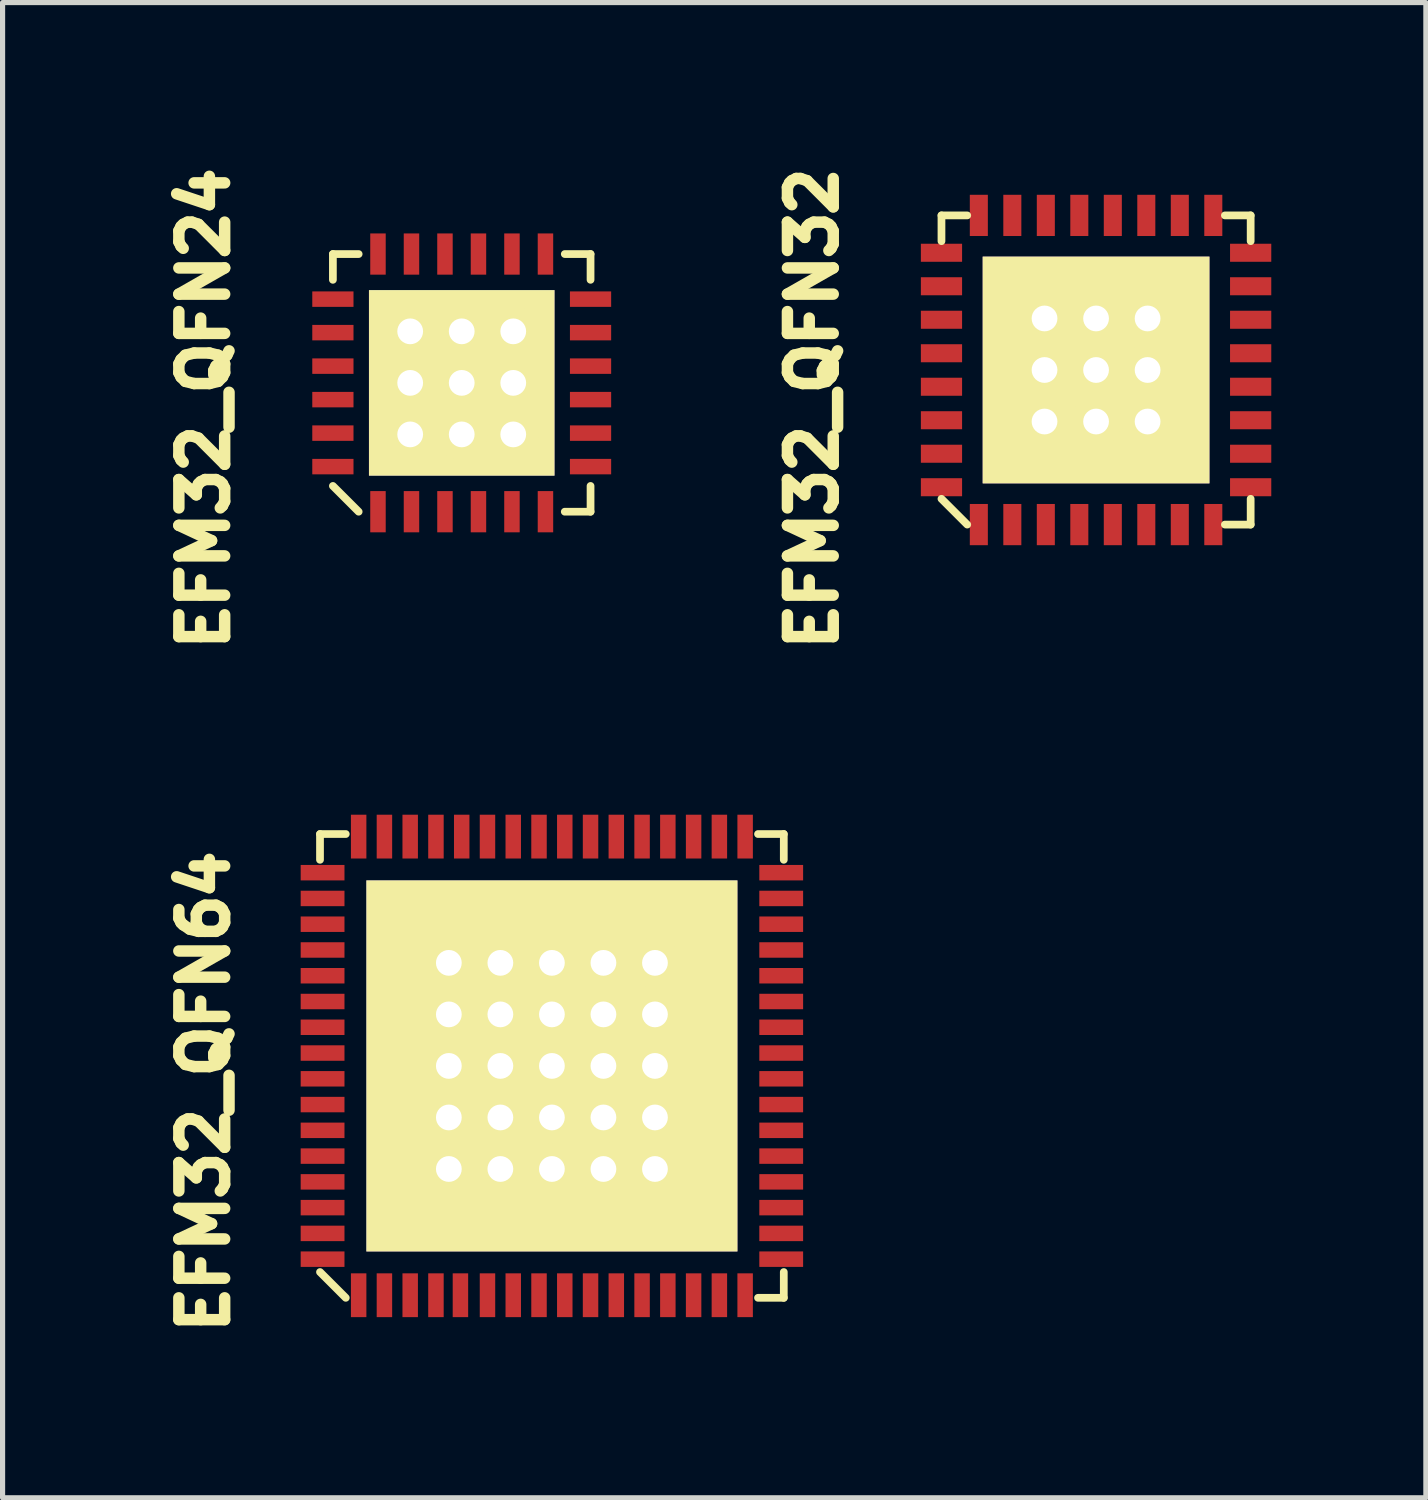
<source format=kicad_pcb>
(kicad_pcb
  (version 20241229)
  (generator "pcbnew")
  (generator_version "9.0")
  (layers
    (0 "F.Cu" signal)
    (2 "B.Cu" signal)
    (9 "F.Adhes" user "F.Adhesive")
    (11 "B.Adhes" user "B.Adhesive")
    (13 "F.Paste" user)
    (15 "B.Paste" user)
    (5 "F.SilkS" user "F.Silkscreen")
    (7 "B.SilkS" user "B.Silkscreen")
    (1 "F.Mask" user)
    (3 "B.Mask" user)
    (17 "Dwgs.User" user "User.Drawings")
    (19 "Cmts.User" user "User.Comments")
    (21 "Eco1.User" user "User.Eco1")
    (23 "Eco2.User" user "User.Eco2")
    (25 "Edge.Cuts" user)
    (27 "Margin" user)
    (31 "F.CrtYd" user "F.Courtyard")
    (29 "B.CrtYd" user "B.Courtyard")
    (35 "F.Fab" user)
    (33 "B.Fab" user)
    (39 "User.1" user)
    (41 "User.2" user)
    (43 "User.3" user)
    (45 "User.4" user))
  (footprint "EFM32_QFN64"
    (layer "F.Cu")
    (at 7.66 17.635)
    (property "Reference" "EFM32_QFN64" (at -6.75 0.5 270) (layer "F.SilkS") (effects (font (size 0.889 0.889) (thickness 0.305))))
    (attr through_hole)
    (fp_line (start -4.5 -4.5) (end -4.5 -4) (stroke (width 0.15) (type solid)) (layer "F.SilkS"))
    (fp_line (start -4.5 4) (end -4 4.5) (stroke (width 0.15) (type solid)) (layer "F.SilkS"))
    (fp_line (start -4 -4.5) (end -4.5 -4.5) (stroke (width 0.15) (type solid)) (layer "F.SilkS"))
    (fp_line (start 4 -4.5) (end 4.5 -4.5) (stroke (width 0.15) (type solid)) (layer "F.SilkS"))
    (fp_line (start 4 4.5) (end 4.5 4.5) (stroke (width 0.15) (type solid)) (layer "F.SilkS"))
    (fp_line (start 4.5 -4.5) (end 4.5 -4) (stroke (width 0.15) (type solid)) (layer "F.SilkS"))
    (fp_line (start 4.5 4.5) (end 4.5 4) (stroke (width 0.15) (type solid)) (layer "F.SilkS"))
    (pad "" thru_hole circle (at -2 -2) (size 1 1) (drill 0.5) (layers "*.Cu" "*.Mask" "F.SilkS"))
    (pad "" thru_hole circle (at -2 -1) (size 1 1) (drill 0.5) (layers "*.Cu" "*.Mask" "F.SilkS"))
    (pad "" thru_hole circle (at -2 0) (size 1 1) (drill 0.5) (layers "*.Cu" "*.Mask" "F.SilkS"))
    (pad "" thru_hole circle (at -2 1) (size 1 1) (drill 0.5) (layers "*.Cu" "*.Mask" "F.SilkS"))
    (pad "" thru_hole circle (at -2 2) (size 1 1) (drill 0.5) (layers "*.Cu" "*.Mask" "F.SilkS"))
    (pad "" thru_hole circle (at -1 -2) (size 1 1) (drill 0.5) (layers "*.Cu" "*.Mask" "F.SilkS"))
    (pad "" thru_hole circle (at -1 -1) (size 1 1) (drill 0.5) (layers "*.Cu" "*.Mask" "F.SilkS"))
    (pad "" thru_hole circle (at -1 0) (size 1 1) (drill 0.5) (layers "*.Cu" "*.Mask" "F.SilkS"))
    (pad "" thru_hole circle (at -1 1) (size 1 1) (drill 0.5) (layers "*.Cu" "*.Mask" "F.SilkS"))
    (pad "" thru_hole circle (at -1 2) (size 1 1) (drill 0.5) (layers "*.Cu" "*.Mask" "F.SilkS"))
    (pad "" thru_hole circle (at 0 -2) (size 1 1) (drill 0.5) (layers "*.Cu" "*.Mask" "F.SilkS"))
    (pad "" thru_hole circle (at 0 -1) (size 1 1) (drill 0.5) (layers "*.Cu" "*.Mask" "F.SilkS"))
    (pad "" thru_hole rect (at 0 0) (size 7.2 7.2) (drill 0.5) (layers "*.Cu" "*.Mask" "F.SilkS"))
    (pad "" thru_hole circle (at 0 1) (size 1 1) (drill 0.5) (layers "*.Cu" "*.Mask" "F.SilkS"))
    (pad "" thru_hole circle (at 0 2) (size 1 1) (drill 0.5) (layers "*.Cu" "*.Mask" "F.SilkS"))
    (pad "" thru_hole circle (at 1 -2) (size 1 1) (drill 0.5) (layers "*.Cu" "*.Mask" "F.SilkS"))
    (pad "" thru_hole circle (at 1 -1) (size 1 1) (drill 0.5) (layers "*.Cu" "*.Mask" "F.SilkS"))
    (pad "" thru_hole circle (at 1 0) (size 1 1) (drill 0.5) (layers "*.Cu" "*.Mask" "F.SilkS"))
    (pad "" thru_hole circle (at 1 1) (size 1 1) (drill 0.5) (layers "*.Cu" "*.Mask" "F.SilkS"))
    (pad "" thru_hole circle (at 1 2) (size 1 1) (drill 0.5) (layers "*.Cu" "*.Mask" "F.SilkS"))
    (pad "" thru_hole circle (at 2 -2) (size 1 1) (drill 0.5) (layers "*.Cu" "*.Mask" "F.SilkS"))
    (pad "" thru_hole circle (at 2 -1) (size 1 1) (drill 0.5) (layers "*.Cu" "*.Mask" "F.SilkS"))
    (pad "" thru_hole circle (at 2 0) (size 1 1) (drill 0.5) (layers "*.Cu" "*.Mask" "F.SilkS"))
    (pad "" thru_hole circle (at 2 1) (size 1 1) (drill 0.5) (layers "*.Cu" "*.Mask" "F.SilkS"))
    (pad "" thru_hole circle (at 2 2) (size 1 1) (drill 0.5) (layers "*.Cu" "*.Mask" "F.SilkS"))
    (pad "1" smd rect (at -3.75 4.45 180) (size 0.3 0.85) (layers "F.Cu" "F.Mask" "F.Paste"))
    (pad "2" smd rect (at -3.25 4.45 180) (size 0.3 0.85) (layers "F.Cu" "F.Mask" "F.Paste"))
    (pad "3" smd rect (at -2.75 4.45 180) (size 0.3 0.85) (layers "F.Cu" "F.Mask" "F.Paste"))
    (pad "4" smd rect (at -2.25 4.45 180) (size 0.3 0.85) (layers "F.Cu" "F.Mask" "F.Paste"))
    (pad "5" smd rect (at -1.775 4.45 180) (size 0.3 0.85) (layers "F.Cu" "F.Mask" "F.Paste"))
    (pad "6" smd rect (at -1.25 4.45) (size 0.3 0.85) (layers "F.Cu" "F.Mask" "F.Paste"))
    (pad "7" smd rect (at -0.75 4.45) (size 0.3 0.85) (layers "F.Cu" "F.Mask" "F.Paste"))
    (pad "8" smd rect (at -0.25 4.45) (size 0.3 0.85) (layers "F.Cu" "F.Mask" "F.Paste"))
    (pad "9" smd rect (at 0.25 4.45) (size 0.3 0.85) (layers "F.Cu" "F.Mask" "F.Paste"))
    (pad "10" smd rect (at 0.75 4.45) (size 0.3 0.85) (layers "F.Cu" "F.Mask" "F.Paste"))
    (pad "11" smd rect (at 1.25 4.45) (size 0.3 0.85) (layers "F.Cu" "F.Mask" "F.Paste"))
    (pad "12" smd rect (at 1.75 4.45 180) (size 0.3 0.85) (layers "F.Cu" "F.Mask" "F.Paste"))
    (pad "13" smd rect (at 2.25 4.45 180) (size 0.3 0.85) (layers "F.Cu" "F.Mask" "F.Paste"))
    (pad "14" smd rect (at 2.75 4.45 180) (size 0.3 0.85) (layers "F.Cu" "F.Mask" "F.Paste"))
    (pad "15" smd rect (at 3.25 4.45 180) (size 0.3 0.85) (layers "F.Cu" "F.Mask" "F.Paste"))
    (pad "16" smd rect (at 3.75 4.45 180) (size 0.3 0.85) (layers "F.Cu" "F.Mask" "F.Paste"))
    (pad "17" smd rect (at 4.45 3.75 270) (size 0.3 0.85) (layers "F.Cu" "F.Mask" "F.Paste"))
    (pad "18" smd rect (at 4.45 3.25 270) (size 0.3 0.85) (layers "F.Cu" "F.Mask" "F.Paste"))
    (pad "19" smd rect (at 4.45 2.75 270) (size 0.3 0.85) (layers "F.Cu" "F.Mask" "F.Paste"))
    (pad "20" smd rect (at 4.45 2.25 270) (size 0.3 0.85) (layers "F.Cu" "F.Mask" "F.Paste"))
    (pad "21" smd rect (at 4.45 1.75 270) (size 0.3 0.85) (layers "F.Cu" "F.Mask" "F.Paste"))
    (pad "22" smd rect (at 4.45 1.25 270) (size 0.3 0.85) (layers "F.Cu" "F.Mask" "F.Paste"))
    (pad "23" smd rect (at 4.45 0.75 270) (size 0.3 0.85) (layers "F.Cu" "F.Mask" "F.Paste"))
    (pad "24" smd rect (at 4.45 0.25 270) (size 0.3 0.85) (layers "F.Cu" "F.Mask" "F.Paste"))
    (pad "25" smd rect (at 4.45 -0.25 270) (size 0.3 0.85) (layers "F.Cu" "F.Mask" "F.Paste"))
    (pad "26" smd rect (at 4.45 -0.75 270) (size 0.3 0.85) (layers "F.Cu" "F.Mask" "F.Paste"))
    (pad "27" smd rect (at 4.45 -1.25 270) (size 0.3 0.85) (layers "F.Cu" "F.Mask" "F.Paste"))
    (pad "28" smd rect (at 4.45 -1.75 270) (size 0.3 0.85) (layers "F.Cu" "F.Mask" "F.Paste"))
    (pad "29" smd rect (at 4.45 -2.25 270) (size 0.3 0.85) (layers "F.Cu" "F.Mask" "F.Paste"))
    (pad "30" smd rect (at 4.45 -2.75 270) (size 0.3 0.85) (layers "F.Cu" "F.Mask" "F.Paste"))
    (pad "31" smd rect (at 4.45 -3.25 270) (size 0.3 0.85) (layers "F.Cu" "F.Mask" "F.Paste"))
    (pad "32" smd rect (at 4.45 -3.75 270) (size 0.3 0.85) (layers "F.Cu" "F.Mask" "F.Paste"))
    (pad "33" smd rect (at 3.75 -4.45 180) (size 0.3 0.85) (layers "F.Cu" "F.Mask" "F.Paste"))
    (pad "34" smd rect (at 3.25 -4.45 180) (size 0.3 0.85) (layers "F.Cu" "F.Mask" "F.Paste"))
    (pad "35" smd rect (at 2.75 -4.45 180) (size 0.3 0.85) (layers "F.Cu" "F.Mask" "F.Paste"))
    (pad "36" smd rect (at 2.25 -4.45 180) (size 0.3 0.85) (layers "F.Cu" "F.Mask" "F.Paste"))
    (pad "37" smd rect (at 1.75 -4.45 180) (size 0.3 0.85) (layers "F.Cu" "F.Mask" "F.Paste"))
    (pad "38" smd rect (at 1.25 -4.45 180) (size 0.3 0.85) (layers "F.Cu" "F.Mask" "F.Paste"))
    (pad "39" smd rect (at 0.75 -4.45 180) (size 0.3 0.85) (layers "F.Cu" "F.Mask" "F.Paste"))
    (pad "40" smd rect (at 0.25 -4.45 180) (size 0.3 0.85) (layers "F.Cu" "F.Mask" "F.Paste"))
    (pad "41" smd rect (at -0.25 -4.45 180) (size 0.3 0.85) (layers "F.Cu" "F.Mask" "F.Paste"))
    (pad "42" smd rect (at -0.75 -4.45 180) (size 0.3 0.85) (layers "F.Cu" "F.Mask" "F.Paste"))
    (pad "43" smd rect (at -1.25 -4.45 180) (size 0.3 0.85) (layers "F.Cu" "F.Mask" "F.Paste"))
    (pad "44" smd rect (at -1.75 -4.45 180) (size 0.3 0.85) (layers "F.Cu" "F.Mask" "F.Paste"))
    (pad "45" smd rect (at -2.25 -4.45 180) (size 0.3 0.85) (layers "F.Cu" "F.Mask" "F.Paste"))
    (pad "46" smd rect (at -2.75 -4.45 180) (size 0.3 0.85) (layers "F.Cu" "F.Mask" "F.Paste"))
    (pad "47" smd rect (at -3.25 -4.45 180) (size 0.3 0.85) (layers "F.Cu" "F.Mask" "F.Paste"))
    (pad "48" smd rect (at -3.75 -4.45 180) (size 0.3 0.85) (layers "F.Cu" "F.Mask" "F.Paste"))
    (pad "49" smd rect (at -4.45 -3.75 90) (size 0.3 0.85) (layers "F.Cu" "F.Mask" "F.Paste"))
    (pad "50" smd rect (at -4.45 -3.25 90) (size 0.3 0.85) (layers "F.Cu" "F.Mask" "F.Paste"))
    (pad "51" smd rect (at -4.45 -2.75 90) (size 0.3 0.85) (layers "F.Cu" "F.Mask" "F.Paste"))
    (pad "52" smd rect (at -4.45 -2.25 90) (size 0.3 0.85) (layers "F.Cu" "F.Mask" "F.Paste"))
    (pad "53" smd rect (at -4.45 -1.75 90) (size 0.3 0.85) (layers "F.Cu" "F.Mask" "F.Paste"))
    (pad "54" smd rect (at -4.45 -1.25 90) (size 0.3 0.85) (layers "F.Cu" "F.Mask" "F.Paste"))
    (pad "55" smd rect (at -4.45 -0.75 90) (size 0.3 0.85) (layers "F.Cu" "F.Mask" "F.Paste"))
    (pad "56" smd rect (at -4.45 -0.25 90) (size 0.3 0.85) (layers "F.Cu" "F.Mask" "F.Paste"))
    (pad "57" smd rect (at -4.45 0.25 90) (size 0.3 0.85) (layers "F.Cu" "F.Mask" "F.Paste"))
    (pad "58" smd rect (at -4.45 0.75 90) (size 0.3 0.85) (layers "F.Cu" "F.Mask" "F.Paste"))
    (pad "59" smd rect (at -4.45 1.25 90) (size 0.3 0.85) (layers "F.Cu" "F.Mask" "F.Paste"))
    (pad "60" smd rect (at -4.45 1.75 90) (size 0.3 0.85) (layers "F.Cu" "F.Mask" "F.Paste"))
    (pad "61" smd rect (at -4.45 2.25 90) (size 0.3 0.85) (layers "F.Cu" "F.Mask" "F.Paste"))
    (pad "62" smd rect (at -4.45 2.75 90) (size 0.3 0.85) (layers "F.Cu" "F.Mask" "F.Paste"))
    (pad "63" smd rect (at -4.45 3.25 90) (size 0.3 0.85) (layers "F.Cu" "F.Mask" "F.Paste"))
    (pad "64" smd rect (at -4.45 3.75 90) (size 0.3 0.85) (layers "F.Cu" "F.Mask" "F.Paste")))
  (footprint "EFM32_QFN32"
    (layer "F.Cu")
    (at 18.22 4.13)
    (property "Reference" "EFM32_QFN32" (at -5.5 0.75 270) (layer "F.SilkS") (effects (font (size 0.889 0.889) (thickness 0.305))))
    (attr through_hole)
    (fp_line (start -3 -3) (end -3 -2.5) (stroke (width 0.15) (type solid)) (layer "F.SilkS"))
    (fp_line (start -3 -3) (end -2.5 -3) (stroke (width 0.15) (type solid)) (layer "F.SilkS"))
    (fp_line (start -3 2.5) (end -2.5 3) (stroke (width 0.15) (type solid)) (layer "F.SilkS"))
    (fp_line (start 3 -3) (end 2.5 -3) (stroke (width 0.15) (type solid)) (layer "F.SilkS"))
    (fp_line (start 3 -3) (end 3 -2.5) (stroke (width 0.15) (type solid)) (layer "F.SilkS"))
    (fp_line (start 3 2.5) (end 3 3) (stroke (width 0.15) (type solid)) (layer "F.SilkS"))
    (fp_line (start 3 3) (end 2.5 3) (stroke (width 0.15) (type solid)) (layer "F.SilkS"))
    (pad "" thru_hole circle (at -1 -1) (size 1 1) (drill 0.5) (layers "*.Cu" "*.Mask" "F.SilkS"))
    (pad "" thru_hole circle (at -1 0) (size 1 1) (drill 0.5) (layers "*.Cu" "*.Mask" "F.SilkS"))
    (pad "" thru_hole circle (at -1 1) (size 1 1) (drill 0.5) (layers "*.Cu" "*.Mask" "F.SilkS"))
    (pad "" thru_hole circle (at 0 -1) (size 1 1) (drill 0.5) (layers "*.Cu" "*.Mask" "F.SilkS"))
    (pad "" thru_hole rect (at 0 0) (size 4.4 4.4) (drill 0.5) (layers "*.Cu" "*.Mask" "F.SilkS"))
    (pad "" thru_hole circle (at 0 1) (size 1 1) (drill 0.5) (layers "*.Cu" "*.Mask" "F.SilkS"))
    (pad "" thru_hole circle (at 1 -1) (size 1 1) (drill 0.5) (layers "*.Cu" "*.Mask" "F.SilkS"))
    (pad "" thru_hole circle (at 1 0) (size 1 1) (drill 0.5) (layers "*.Cu" "*.Mask" "F.SilkS"))
    (pad "" thru_hole circle (at 1 1) (size 1 1) (drill 0.5) (layers "*.Cu" "*.Mask" "F.SilkS"))
    (pad "1" smd rect (at -2.275 3 180) (size 0.35 0.8) (layers "F.Cu" "F.Mask" "F.Paste"))
    (pad "2" smd rect (at -1.625 3) (size 0.35 0.8) (layers "F.Cu" "F.Mask" "F.Paste"))
    (pad "3" smd rect (at -0.975 3) (size 0.35 0.8) (layers "F.Cu" "F.Mask" "F.Paste"))
    (pad "4" smd rect (at -0.325 3) (size 0.35 0.8) (layers "F.Cu" "F.Mask" "F.Paste"))
    (pad "5" smd rect (at 0.325 3) (size 0.35 0.8) (layers "F.Cu" "F.Mask" "F.Paste"))
    (pad "6" smd rect (at 0.975 3) (size 0.35 0.8) (layers "F.Cu" "F.Mask" "F.Paste"))
    (pad "7" smd rect (at 1.625 3) (size 0.35 0.8) (layers "F.Cu" "F.Mask" "F.Paste"))
    (pad "8" smd rect (at 2.275 3 180) (size 0.35 0.8) (layers "F.Cu" "F.Mask" "F.Paste"))
    (pad "9" smd rect (at 3 2.275 90) (size 0.35 0.8) (layers "F.Cu" "F.Mask" "F.Paste"))
    (pad "10" smd rect (at 3 1.625 270) (size 0.35 0.8) (layers "F.Cu" "F.Mask" "F.Paste"))
    (pad "11" smd rect (at 3 0.975 270) (size 0.35 0.8) (layers "F.Cu" "F.Mask" "F.Paste"))
    (pad "12" smd rect (at 3 0.325 270) (size 0.35 0.8) (layers "F.Cu" "F.Mask" "F.Paste"))
    (pad "13" smd rect (at 3 -0.325 270) (size 0.35 0.8) (layers "F.Cu" "F.Mask" "F.Paste"))
    (pad "14" smd rect (at 3 -0.975 270) (size 0.35 0.8) (layers "F.Cu" "F.Mask" "F.Paste"))
    (pad "15" smd rect (at 3 -1.625 270) (size 0.35 0.8) (layers "F.Cu" "F.Mask" "F.Paste"))
    (pad "16" smd rect (at 3 -2.275 90) (size 0.35 0.8) (layers "F.Cu" "F.Mask" "F.Paste"))
    (pad "17" smd rect (at 2.275 -3 180) (size 0.35 0.8) (layers "F.Cu" "F.Mask" "F.Paste"))
    (pad "18" smd rect (at 1.625 -3 180) (size 0.35 0.8) (layers "F.Cu" "F.Mask" "F.Paste"))
    (pad "19" smd rect (at 0.975 -3 180) (size 0.35 0.8) (layers "F.Cu" "F.Mask" "F.Paste"))
    (pad "20" smd rect (at 0.325 -3 180) (size 0.35 0.8) (layers "F.Cu" "F.Mask" "F.Paste"))
    (pad "21" smd rect (at -0.325 -3 180) (size 0.35 0.8) (layers "F.Cu" "F.Mask" "F.Paste"))
    (pad "22" smd rect (at -0.975 -3 180) (size 0.35 0.8) (layers "F.Cu" "F.Mask" "F.Paste"))
    (pad "23" smd rect (at -1.625 -3 180) (size 0.35 0.8) (layers "F.Cu" "F.Mask" "F.Paste"))
    (pad "24" smd rect (at -2.275 -3 180) (size 0.35 0.8) (layers "F.Cu" "F.Mask" "F.Paste"))
    (pad "25" smd rect (at -3 -2.275 90) (size 0.35 0.8) (layers "F.Cu" "F.Mask" "F.Paste"))
    (pad "26" smd rect (at -3 -1.625 90) (size 0.35 0.8) (layers "F.Cu" "F.Mask" "F.Paste"))
    (pad "27" smd rect (at -3 -0.975 90) (size 0.35 0.8) (layers "F.Cu" "F.Mask" "F.Paste"))
    (pad "28" smd rect (at -3 -0.325 90) (size 0.35 0.8) (layers "F.Cu" "F.Mask" "F.Paste"))
    (pad "29" smd rect (at -3 0.325 90) (size 0.35 0.8) (layers "F.Cu" "F.Mask" "F.Paste"))
    (pad "30" smd rect (at -3 0.975 90) (size 0.35 0.8) (layers "F.Cu" "F.Mask" "F.Paste"))
    (pad "31" smd rect (at -3 1.625 90) (size 0.35 0.8) (layers "F.Cu" "F.Mask" "F.Paste"))
    (pad "32" smd rect (at -3 2.275 90) (size 0.35 0.8) (layers "F.Cu" "F.Mask" "F.Paste")))
  (footprint "EFM32_QFN24"
    (layer "F.Cu")
    (at 5.91 4.38)
    (property "Reference" "EFM32_QFN24" (at -5 0.5 270) (layer "F.SilkS") (effects (font (size 0.889 0.889) (thickness 0.305))))
    (attr through_hole)
    (fp_line (start -2.5 -2.5) (end -2.5 -2) (stroke (width 0.15) (type solid)) (layer "F.SilkS"))
    (fp_line (start -2.5 2) (end -2 2.5) (stroke (width 0.15) (type solid)) (layer "F.SilkS"))
    (fp_line (start -2 -2.5) (end -2.5 -2.5) (stroke (width 0.15) (type solid)) (layer "F.SilkS"))
    (fp_line (start 2 -2.5) (end 2.5 -2.5) (stroke (width 0.15) (type solid)) (layer "F.SilkS"))
    (fp_line (start 2.5 -2.5) (end 2.5 -2) (stroke (width 0.15) (type solid)) (layer "F.SilkS"))
    (fp_line (start 2.5 2) (end 2.5 2.5) (stroke (width 0.15) (type solid)) (layer "F.SilkS"))
    (fp_line (start 2.5 2.5) (end 2 2.5) (stroke (width 0.15) (type solid)) (layer "F.SilkS"))
    (pad "" thru_hole circle (at -1 -1) (size 1 1) (drill 0.5) (layers "*.Cu" "*.Mask" "F.SilkS"))
    (pad "" thru_hole circle (at -1 0) (size 1 1) (drill 0.5) (layers "*.Cu" "*.Mask" "F.SilkS"))
    (pad "" thru_hole circle (at -1 1) (size 1 1) (drill 0.5) (layers "*.Cu" "*.Mask" "F.SilkS"))
    (pad "" thru_hole circle (at 0 -1) (size 1 1) (drill 0.5) (layers "*.Cu" "*.Mask" "F.SilkS"))
    (pad "" thru_hole rect (at 0 0) (size 3.6 3.6) (drill 0.5) (layers "*.Cu" "*.Mask" "F.SilkS"))
    (pad "" thru_hole circle (at 0 1) (size 1 1) (drill 0.5) (layers "*.Cu" "*.Mask" "F.SilkS"))
    (pad "" thru_hole circle (at 1 -1) (size 1 1) (drill 0.5) (layers "*.Cu" "*.Mask" "F.SilkS"))
    (pad "" thru_hole circle (at 1 0) (size 1 1) (drill 0.5) (layers "*.Cu" "*.Mask" "F.SilkS"))
    (pad "" thru_hole circle (at 1 1) (size 1 1) (drill 0.5) (layers "*.Cu" "*.Mask" "F.SilkS"))
    (pad "1" smd rect (at -1.625 2.5) (size 0.3 0.8) (layers "F.Cu" "F.Mask" "F.Paste"))
    (pad "2" smd rect (at -0.975 2.5) (size 0.3 0.8) (layers "F.Cu" "F.Mask" "F.Paste"))
    (pad "3" smd rect (at -0.325 2.5) (size 0.3 0.8) (layers "F.Cu" "F.Mask" "F.Paste"))
    (pad "4" smd rect (at 0.325 2.5) (size 0.3 0.8) (layers "F.Cu" "F.Mask" "F.Paste"))
    (pad "5" smd rect (at 0.975 2.5) (size 0.3 0.8) (layers "F.Cu" "F.Mask" "F.Paste"))
    (pad "6" smd rect (at 1.625 2.5) (size 0.3 0.8) (layers "F.Cu" "F.Mask" "F.Paste"))
    (pad "7" smd rect (at 2.5 1.625 270) (size 0.3 0.8) (layers "F.Cu" "F.Mask" "F.Paste"))
    (pad "8" smd rect (at 2.5 0.975 270) (size 0.3 0.8) (layers "F.Cu" "F.Mask" "F.Paste"))
    (pad "9" smd rect (at 2.5 0.325 270) (size 0.3 0.8) (layers "F.Cu" "F.Mask" "F.Paste"))
    (pad "10" smd rect (at 2.5 -0.325 270) (size 0.3 0.8) (layers "F.Cu" "F.Mask" "F.Paste"))
    (pad "11" smd rect (at 2.5 -0.975 270) (size 0.3 0.8) (layers "F.Cu" "F.Mask" "F.Paste"))
    (pad "12" smd rect (at 2.5 -1.625 270) (size 0.3 0.8) (layers "F.Cu" "F.Mask" "F.Paste"))
    (pad "13" smd rect (at 1.625 -2.5 180) (size 0.3 0.8) (layers "F.Cu" "F.Mask" "F.Paste"))
    (pad "14" smd rect (at 0.975 -2.5 180) (size 0.3 0.8) (layers "F.Cu" "F.Mask" "F.Paste"))
    (pad "15" smd rect (at 0.325 -2.5 180) (size 0.3 0.8) (layers "F.Cu" "F.Mask" "F.Paste"))
    (pad "16" smd rect (at -0.325 -2.5 180) (size 0.3 0.8) (layers "F.Cu" "F.Mask" "F.Paste"))
    (pad "17" smd rect (at -0.975 -2.5 180) (size 0.3 0.8) (layers "F.Cu" "F.Mask" "F.Paste"))
    (pad "18" smd rect (at -1.625 -2.5 180) (size 0.3 0.8) (layers "F.Cu" "F.Mask" "F.Paste"))
    (pad "19" smd rect (at -2.5 -1.625 90) (size 0.3 0.8) (layers "F.Cu" "F.Mask" "F.Paste"))
    (pad "20" smd rect (at -2.5 -0.975 90) (size 0.3 0.8) (layers "F.Cu" "F.Mask" "F.Paste"))
    (pad "21" smd rect (at -2.5 -0.325 90) (size 0.3 0.8) (layers "F.Cu" "F.Mask" "F.Paste"))
    (pad "22" smd rect (at -2.5 0.325 90) (size 0.3 0.8) (layers "F.Cu" "F.Mask" "F.Paste"))
    (pad "23" smd rect (at -2.5 0.975 90) (size 0.3 0.8) (layers "F.Cu" "F.Mask" "F.Paste"))
    (pad "24" smd rect (at -2.5 1.625 90) (size 0.3 0.8) (layers "F.Cu" "F.Mask" "F.Paste")))
  (gr_rect
    (start -3 -3)
    (end 24.62 26.015)
    (stroke (width 0.1) (type default))
    (fill no)
    (layer "Edge.Cuts")))
</source>
